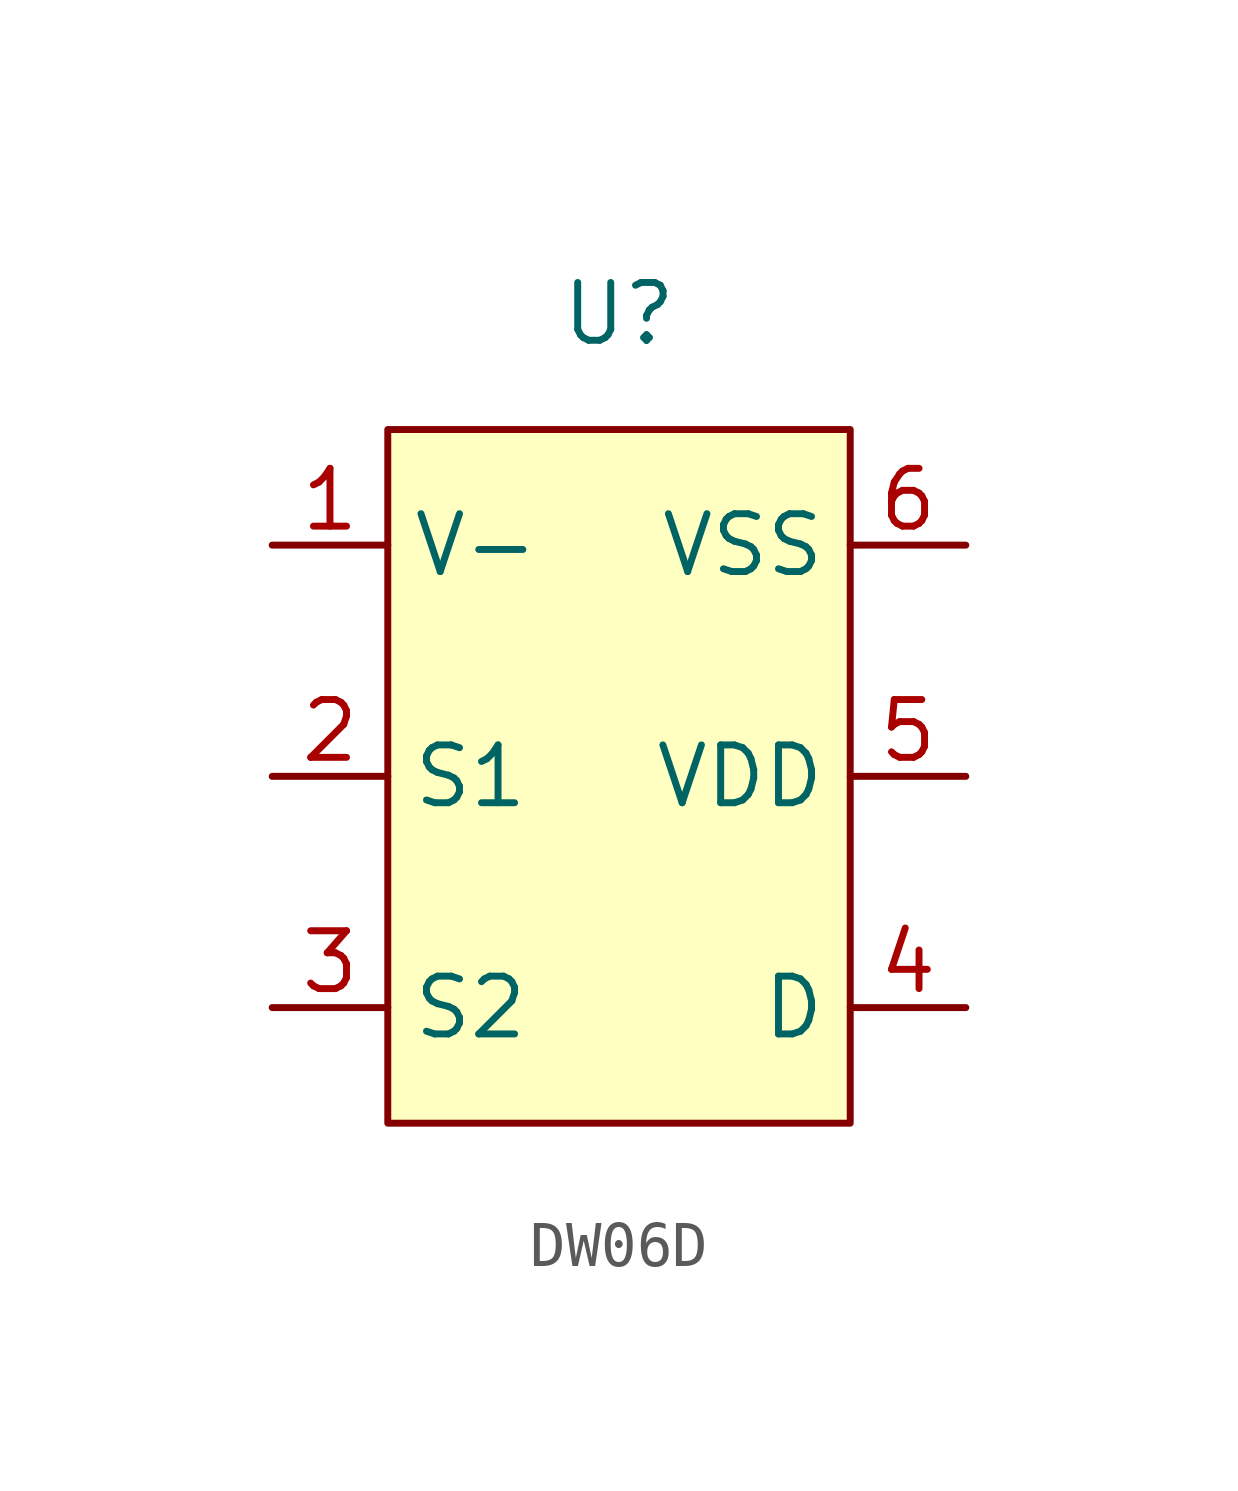
<source format=kicad_sym>
(kicad_symbol_lib
  (version 20220914)
  (generator kicad_symbol_editor)
  (symbol "DW06D"
    (property "Reference" "U"
      (at 0 10.16 0)
      (effects (font (size 1.27 1.27))))
    (property "Value" ""
      (at 0 0 0)
      (effects (font (size 1.27 1.27))))
    (symbol "DW06D_1_1"
      (rectangle (start -5.08 7.62) (end 5.08 -7.62) (stroke (width 0) (type default)) (fill (type background)))
      (pin power_in line (at -7.62 5.08 0) (length 2.54) (name "V-" (effects (font (size 1.27 1.27)))) (number "1" (effects (font (size 1.27 1.27)))))
      (pin passive line (at -7.62 0 0) (length 2.54) (name "S1" (effects (font (size 1.27 1.27)))) (number "2" (effects (font (size 1.27 1.27)))))
      (pin passive line (at -7.62 -5.08 0) (length 2.54) (name "S2" (effects (font (size 1.27 1.27)))) (number "3" (effects (font (size 1.27 1.27)))))
      (pin passive line (at 7.62 -5.08 180) (length 2.54) (name "D" (effects (font (size 1.27 1.27)))) (number "4" (effects (font (size 1.27 1.27)))))
      (pin passive line (at 7.62 0 180) (length 2.54) (name "VDD" (effects (font (size 1.27 1.27)))) (number "5" (effects (font (size 1.27 1.27)))))
      (pin passive line (at 7.62 5.08 180) (length 2.54) (name "VSS" (effects (font (size 1.27 1.27)))) (number "6" (effects (font (size 1.27 1.27))))))))
</source>
